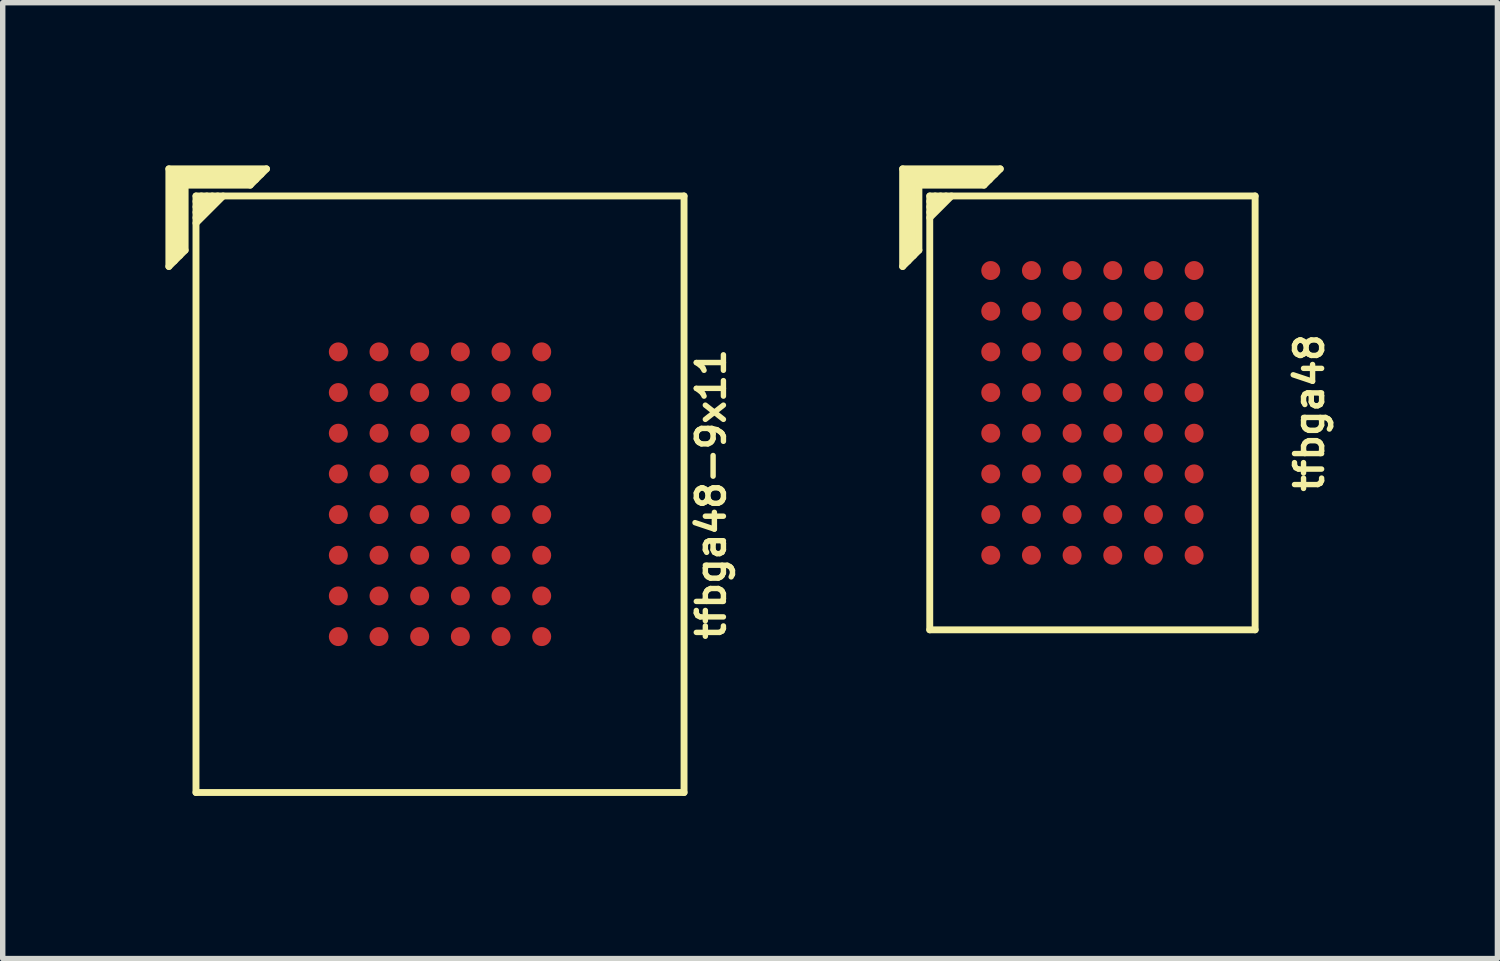
<source format=kicad_pcb>
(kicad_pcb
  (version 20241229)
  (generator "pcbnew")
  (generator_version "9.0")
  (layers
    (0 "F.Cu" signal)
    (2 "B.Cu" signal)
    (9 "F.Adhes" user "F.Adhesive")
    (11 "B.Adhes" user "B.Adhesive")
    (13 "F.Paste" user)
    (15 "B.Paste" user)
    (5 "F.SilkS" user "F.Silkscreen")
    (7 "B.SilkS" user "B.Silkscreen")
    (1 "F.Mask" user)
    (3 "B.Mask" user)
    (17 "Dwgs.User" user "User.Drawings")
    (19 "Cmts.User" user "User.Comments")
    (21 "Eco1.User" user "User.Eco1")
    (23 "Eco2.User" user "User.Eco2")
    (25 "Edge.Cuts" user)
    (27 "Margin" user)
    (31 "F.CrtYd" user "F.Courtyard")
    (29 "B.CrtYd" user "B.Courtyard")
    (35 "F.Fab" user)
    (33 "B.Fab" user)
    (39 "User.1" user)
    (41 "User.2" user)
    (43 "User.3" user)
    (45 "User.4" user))
  (footprint "tfbga48-9x11"
    (layer "F.Cu")
    (at 5.064 6.064)
    (property "Reference" "tfbga48-9x11" (at 5 0 90) (layer "F.SilkS") (effects (font (size 0.5 0.5) (thickness 0.1))))
    (attr smd)
    (fp_line (start -5 -6) (end -5 -4.2) (stroke (width 0.127) (type solid)) (layer "F.SilkS"))
    (fp_line (start -5 -4.2) (end -4.7 -4.5) (stroke (width 0.127) (type solid)) (layer "F.SilkS"))
    (fp_line (start -4.9 -5.9) (end -4.9 -4.3) (stroke (width 0.127) (type solid)) (layer "F.SilkS"))
    (fp_line (start -4.8 -5.8) (end -3.4 -5.8) (stroke (width 0.127) (type solid)) (layer "F.SilkS"))
    (fp_line (start -4.8 -4.4) (end -4.8 -5.8) (stroke (width 0.127) (type solid)) (layer "F.SilkS"))
    (fp_line (start -4.7 -5.7) (end -3.5 -5.7) (stroke (width 0.127) (type solid)) (layer "F.SilkS"))
    (fp_line (start -4.7 -4.5) (end -4.7 -5.7) (stroke (width 0.127) (type solid)) (layer "F.SilkS"))
    (fp_line (start -4.5 -5.5) (end 4.5 -5.5) (stroke (width 0.127) (type solid)) (layer "F.SilkS"))
    (fp_line (start -4.5 -5.4) (end -4.4 -5.5) (stroke (width 0.127) (type solid)) (layer "F.SilkS"))
    (fp_line (start -4.5 -5.1) (end -4.1 -5.5) (stroke (width 0.127) (type solid)) (layer "F.SilkS"))
    (fp_line (start -4.5 5.5) (end -4.5 -5.5) (stroke (width 0.127) (type solid)) (layer "F.SilkS"))
    (fp_line (start -4.3 -5.5) (end -4.5 -5.3) (stroke (width 0.127) (type solid)) (layer "F.SilkS"))
    (fp_line (start -4.2 -5.5) (end -4.5 -5.2) (stroke (width 0.127) (type solid)) (layer "F.SilkS"))
    (fp_line (start -4 -5.5) (end -4.5 -5) (stroke (width 0.127) (type solid)) (layer "F.SilkS"))
    (fp_line (start -3.5 -5.7) (end -3.2 -6) (stroke (width 0.127) (type solid)) (layer "F.SilkS"))
    (fp_line (start -3.3 -5.9) (end -4.9 -5.9) (stroke (width 0.127) (type solid)) (layer "F.SilkS"))
    (fp_line (start -3.2 -6) (end -5 -6) (stroke (width 0.127) (type solid)) (layer "F.SilkS"))
    (fp_line (start 4.5 -5.5) (end 4.5 5.5) (stroke (width 0.127) (type solid)) (layer "F.SilkS"))
    (fp_line (start 4.5 5.5) (end -4.5 5.5) (stroke (width 0.127) (type solid)) (layer "F.SilkS"))
    (pad "A1" smd circle (at -1.875 -2.625) (size 0.35 0.35) (layers "F.Cu" "F.Mask" "F.Paste"))
    (pad "A2" smd circle (at -1.125 -2.625) (size 0.35 0.35) (layers "F.Cu" "F.Mask" "F.Paste"))
    (pad "A3" smd circle (at -0.375 -2.625) (size 0.35 0.35) (layers "F.Cu" "F.Mask" "F.Paste"))
    (pad "A4" smd circle (at 0.375 -2.625) (size 0.35 0.35) (layers "F.Cu" "F.Mask" "F.Paste"))
    (pad "A5" smd circle (at 1.125 -2.625) (size 0.35 0.35) (layers "F.Cu" "F.Mask" "F.Paste"))
    (pad "A6" smd circle (at 1.875 -2.625) (size 0.35 0.35) (layers "F.Cu" "F.Mask" "F.Paste"))
    (pad "B1" smd circle (at -1.875 -1.875) (size 0.35 0.35) (layers "F.Cu" "F.Mask" "F.Paste"))
    (pad "B2" smd circle (at -1.125 -1.875) (size 0.35 0.35) (layers "F.Cu" "F.Mask" "F.Paste"))
    (pad "B3" smd circle (at -0.375 -1.875) (size 0.35 0.35) (layers "F.Cu" "F.Mask" "F.Paste"))
    (pad "B4" smd circle (at 0.375 -1.875) (size 0.35 0.35) (layers "F.Cu" "F.Mask" "F.Paste"))
    (pad "B5" smd circle (at 1.125 -1.875) (size 0.35 0.35) (layers "F.Cu" "F.Mask" "F.Paste"))
    (pad "B6" smd circle (at 1.875 -1.875) (size 0.35 0.35) (layers "F.Cu" "F.Mask" "F.Paste"))
    (pad "C1" smd circle (at -1.875 -1.125) (size 0.35 0.35) (layers "F.Cu" "F.Mask" "F.Paste"))
    (pad "C2" smd circle (at -1.125 -1.125) (size 0.35 0.35) (layers "F.Cu" "F.Mask" "F.Paste"))
    (pad "C3" smd circle (at -0.375 -1.125) (size 0.35 0.35) (layers "F.Cu" "F.Mask" "F.Paste"))
    (pad "C4" smd circle (at 0.375 -1.125) (size 0.35 0.35) (layers "F.Cu" "F.Mask" "F.Paste"))
    (pad "C5" smd circle (at 1.125 -1.125) (size 0.35 0.35) (layers "F.Cu" "F.Mask" "F.Paste"))
    (pad "C6" smd circle (at 1.875 -1.125) (size 0.35 0.35) (layers "F.Cu" "F.Mask" "F.Paste"))
    (pad "D1" smd circle (at -1.875 -0.375) (size 0.35 0.35) (layers "F.Cu" "F.Mask" "F.Paste"))
    (pad "D2" smd circle (at -1.125 -0.375) (size 0.35 0.35) (layers "F.Cu" "F.Mask" "F.Paste"))
    (pad "D3" smd circle (at -0.375 -0.375) (size 0.35 0.35) (layers "F.Cu" "F.Mask" "F.Paste"))
    (pad "D4" smd circle (at 0.375 -0.375) (size 0.35 0.35) (layers "F.Cu" "F.Mask" "F.Paste"))
    (pad "D5" smd circle (at 1.125 -0.375) (size 0.35 0.35) (layers "F.Cu" "F.Mask" "F.Paste"))
    (pad "D6" smd circle (at 1.875 -0.375) (size 0.35 0.35) (layers "F.Cu" "F.Mask" "F.Paste"))
    (pad "E1" smd circle (at -1.875 0.375) (size 0.35 0.35) (layers "F.Cu" "F.Mask" "F.Paste"))
    (pad "E2" smd circle (at -1.125 0.375) (size 0.35 0.35) (layers "F.Cu" "F.Mask" "F.Paste"))
    (pad "E3" smd circle (at -0.375 0.375) (size 0.35 0.35) (layers "F.Cu" "F.Mask" "F.Paste"))
    (pad "E4" smd circle (at 0.375 0.375) (size 0.35 0.35) (layers "F.Cu" "F.Mask" "F.Paste"))
    (pad "E5" smd circle (at 1.125 0.375) (size 0.35 0.35) (layers "F.Cu" "F.Mask" "F.Paste"))
    (pad "E6" smd circle (at 1.875 0.375) (size 0.35 0.35) (layers "F.Cu" "F.Mask" "F.Paste"))
    (pad "F1" smd circle (at -1.875 1.125) (size 0.35 0.35) (layers "F.Cu" "F.Mask" "F.Paste"))
    (pad "F2" smd circle (at -1.125 1.125) (size 0.35 0.35) (layers "F.Cu" "F.Mask" "F.Paste"))
    (pad "F3" smd circle (at -0.375 1.125) (size 0.35 0.35) (layers "F.Cu" "F.Mask" "F.Paste"))
    (pad "F4" smd circle (at 0.375 1.125) (size 0.35 0.35) (layers "F.Cu" "F.Mask" "F.Paste"))
    (pad "F5" smd circle (at 1.125 1.125) (size 0.35 0.35) (layers "F.Cu" "F.Mask" "F.Paste"))
    (pad "F6" smd circle (at 1.875 1.125) (size 0.35 0.35) (layers "F.Cu" "F.Mask" "F.Paste"))
    (pad "G1" smd circle (at -1.875 1.875) (size 0.35 0.35) (layers "F.Cu" "F.Mask" "F.Paste"))
    (pad "G2" smd circle (at -1.125 1.875) (size 0.35 0.35) (layers "F.Cu" "F.Mask" "F.Paste"))
    (pad "G3" smd circle (at -0.375 1.875) (size 0.35 0.35) (layers "F.Cu" "F.Mask" "F.Paste"))
    (pad "G4" smd circle (at 0.375 1.875) (size 0.35 0.35) (layers "F.Cu" "F.Mask" "F.Paste"))
    (pad "G5" smd circle (at 1.125 1.875) (size 0.35 0.35) (layers "F.Cu" "F.Mask" "F.Paste"))
    (pad "G6" smd circle (at 1.875 1.875) (size 0.35 0.35) (layers "F.Cu" "F.Mask" "F.Paste"))
    (pad "H1" smd circle (at -1.875 2.625) (size 0.35 0.35) (layers "F.Cu" "F.Mask" "F.Paste"))
    (pad "H2" smd circle (at -1.125 2.625) (size 0.35 0.35) (layers "F.Cu" "F.Mask" "F.Paste"))
    (pad "H3" smd circle (at -0.375 2.625) (size 0.35 0.35) (layers "F.Cu" "F.Mask" "F.Paste"))
    (pad "H4" smd circle (at 0.375 2.625) (size 0.35 0.35) (layers "F.Cu" "F.Mask" "F.Paste"))
    (pad "H5" smd circle (at 1.125 2.625) (size 0.35 0.35) (layers "F.Cu" "F.Mask" "F.Paste"))
    (pad "H6" smd circle (at 1.875 2.625) (size 0.35 0.35) (layers "F.Cu" "F.Mask" "F.Paste")))
  (footprint "tfbga48"
    (layer "F.Cu")
    (at 17.095 4.564)
    (property "Reference" "tfbga48" (at 4 0 90) (layer "F.SilkS") (effects (font (size 0.5 0.5) (thickness 0.1))))
    (attr smd)
    (fp_line (start -3.5 -4.5) (end -1.7 -4.5) (stroke (width 0.127) (type solid)) (layer "F.SilkS"))
    (fp_line (start -3.5 -2.7) (end -3.5 -4.5) (stroke (width 0.127) (type solid)) (layer "F.SilkS"))
    (fp_line (start -3.4 -4.4) (end -3.4 -2.8) (stroke (width 0.127) (type solid)) (layer "F.SilkS"))
    (fp_line (start -3.3 -4.3) (end -1.9 -4.3) (stroke (width 0.127) (type solid)) (layer "F.SilkS"))
    (fp_line (start -3.3 -2.9) (end -3.3 -4.3) (stroke (width 0.127) (type solid)) (layer "F.SilkS"))
    (fp_line (start -3.2 -4.2) (end -2 -4.2) (stroke (width 0.127) (type solid)) (layer "F.SilkS"))
    (fp_line (start -3.2 -3) (end -3.5 -2.7) (stroke (width 0.127) (type solid)) (layer "F.SilkS"))
    (fp_line (start -3.2 -3) (end -3.2 -4.2) (stroke (width 0.127) (type solid)) (layer "F.SilkS"))
    (fp_line (start -3 -4) (end 3 -4) (stroke (width 0.127) (type solid)) (layer "F.SilkS"))
    (fp_line (start -3 -3.9) (end -2.9 -4) (stroke (width 0.127) (type solid)) (layer "F.SilkS"))
    (fp_line (start -3 -3.6) (end -2.6 -4) (stroke (width 0.127) (type solid)) (layer "F.SilkS"))
    (fp_line (start -3 4) (end -3 -4) (stroke (width 0.127) (type solid)) (layer "F.SilkS"))
    (fp_line (start -2.8 -4) (end -3 -3.8) (stroke (width 0.127) (type solid)) (layer "F.SilkS"))
    (fp_line (start -2.7 -4) (end -3 -3.7) (stroke (width 0.127) (type solid)) (layer "F.SilkS"))
    (fp_line (start -1.8 -4.4) (end -3.4 -4.4) (stroke (width 0.127) (type solid)) (layer "F.SilkS"))
    (fp_line (start -1.7 -4.5) (end -2 -4.2) (stroke (width 0.127) (type solid)) (layer "F.SilkS"))
    (fp_line (start 3 -4) (end 3 4) (stroke (width 0.127) (type solid)) (layer "F.SilkS"))
    (fp_line (start 3 4) (end -3 4) (stroke (width 0.127) (type solid)) (layer "F.SilkS"))
    (pad "A1" smd circle (at -1.875 -2.625) (size 0.35 0.35) (layers "F.Cu" "F.Mask" "F.Paste"))
    (pad "A2" smd circle (at -1.125 -2.625) (size 0.35 0.35) (layers "F.Cu" "F.Mask" "F.Paste"))
    (pad "A3" smd circle (at -0.375 -2.625) (size 0.35 0.35) (layers "F.Cu" "F.Mask" "F.Paste"))
    (pad "A4" smd circle (at 0.375 -2.625) (size 0.35 0.35) (layers "F.Cu" "F.Mask" "F.Paste"))
    (pad "A5" smd circle (at 1.125 -2.625) (size 0.35 0.35) (layers "F.Cu" "F.Mask" "F.Paste"))
    (pad "A6" smd circle (at 1.875 -2.625) (size 0.35 0.35) (layers "F.Cu" "F.Mask" "F.Paste"))
    (pad "B1" smd circle (at -1.875 -1.875) (size 0.35 0.35) (layers "F.Cu" "F.Mask" "F.Paste"))
    (pad "B2" smd circle (at -1.125 -1.875) (size 0.35 0.35) (layers "F.Cu" "F.Mask" "F.Paste"))
    (pad "B3" smd circle (at -0.375 -1.875) (size 0.35 0.35) (layers "F.Cu" "F.Mask" "F.Paste"))
    (pad "B4" smd circle (at 0.375 -1.875) (size 0.35 0.35) (layers "F.Cu" "F.Mask" "F.Paste"))
    (pad "B5" smd circle (at 1.125 -1.875) (size 0.35 0.35) (layers "F.Cu" "F.Mask" "F.Paste"))
    (pad "B6" smd circle (at 1.875 -1.875) (size 0.35 0.35) (layers "F.Cu" "F.Mask" "F.Paste"))
    (pad "C1" smd circle (at -1.875 -1.125) (size 0.35 0.35) (layers "F.Cu" "F.Mask" "F.Paste"))
    (pad "C2" smd circle (at -1.125 -1.125) (size 0.35 0.35) (layers "F.Cu" "F.Mask" "F.Paste"))
    (pad "C3" smd circle (at -0.375 -1.125) (size 0.35 0.35) (layers "F.Cu" "F.Mask" "F.Paste"))
    (pad "C4" smd circle (at 0.375 -1.125) (size 0.35 0.35) (layers "F.Cu" "F.Mask" "F.Paste"))
    (pad "C5" smd circle (at 1.125 -1.125) (size 0.35 0.35) (layers "F.Cu" "F.Mask" "F.Paste"))
    (pad "C6" smd circle (at 1.875 -1.125) (size 0.35 0.35) (layers "F.Cu" "F.Mask" "F.Paste"))
    (pad "D1" smd circle (at -1.875 -0.375) (size 0.35 0.35) (layers "F.Cu" "F.Mask" "F.Paste"))
    (pad "D2" smd circle (at -1.125 -0.375) (size 0.35 0.35) (layers "F.Cu" "F.Mask" "F.Paste"))
    (pad "D3" smd circle (at -0.375 -0.375) (size 0.35 0.35) (layers "F.Cu" "F.Mask" "F.Paste"))
    (pad "D4" smd circle (at 0.375 -0.375) (size 0.35 0.35) (layers "F.Cu" "F.Mask" "F.Paste"))
    (pad "D5" smd circle (at 1.125 -0.375) (size 0.35 0.35) (layers "F.Cu" "F.Mask" "F.Paste"))
    (pad "D6" smd circle (at 1.875 -0.375) (size 0.35 0.35) (layers "F.Cu" "F.Mask" "F.Paste"))
    (pad "E1" smd circle (at -1.875 0.375) (size 0.35 0.35) (layers "F.Cu" "F.Mask" "F.Paste"))
    (pad "E2" smd circle (at -1.125 0.375) (size 0.35 0.35) (layers "F.Cu" "F.Mask" "F.Paste"))
    (pad "E3" smd circle (at -0.375 0.375) (size 0.35 0.35) (layers "F.Cu" "F.Mask" "F.Paste"))
    (pad "E4" smd circle (at 0.375 0.375) (size 0.35 0.35) (layers "F.Cu" "F.Mask" "F.Paste"))
    (pad "E5" smd circle (at 1.125 0.375) (size 0.35 0.35) (layers "F.Cu" "F.Mask" "F.Paste"))
    (pad "E6" smd circle (at 1.875 0.375) (size 0.35 0.35) (layers "F.Cu" "F.Mask" "F.Paste"))
    (pad "F1" smd circle (at -1.875 1.125) (size 0.35 0.35) (layers "F.Cu" "F.Mask" "F.Paste"))
    (pad "F2" smd circle (at -1.125 1.125) (size 0.35 0.35) (layers "F.Cu" "F.Mask" "F.Paste"))
    (pad "F3" smd circle (at -0.375 1.125) (size 0.35 0.35) (layers "F.Cu" "F.Mask" "F.Paste"))
    (pad "F4" smd circle (at 0.375 1.125) (size 0.35 0.35) (layers "F.Cu" "F.Mask" "F.Paste"))
    (pad "F5" smd circle (at 1.125 1.125) (size 0.35 0.35) (layers "F.Cu" "F.Mask" "F.Paste"))
    (pad "F6" smd circle (at 1.875 1.125) (size 0.35 0.35) (layers "F.Cu" "F.Mask" "F.Paste"))
    (pad "G1" smd circle (at -1.875 1.875) (size 0.35 0.35) (layers "F.Cu" "F.Mask" "F.Paste"))
    (pad "G2" smd circle (at -1.125 1.875) (size 0.35 0.35) (layers "F.Cu" "F.Mask" "F.Paste"))
    (pad "G3" smd circle (at -0.375 1.875) (size 0.35 0.35) (layers "F.Cu" "F.Mask" "F.Paste"))
    (pad "G4" smd circle (at 0.375 1.875) (size 0.35 0.35) (layers "F.Cu" "F.Mask" "F.Paste"))
    (pad "G5" smd circle (at 1.125 1.875) (size 0.35 0.35) (layers "F.Cu" "F.Mask" "F.Paste"))
    (pad "G6" smd circle (at 1.875 1.875) (size 0.35 0.35) (layers "F.Cu" "F.Mask" "F.Paste"))
    (pad "H1" smd circle (at -1.875 2.625) (size 0.35 0.35) (layers "F.Cu" "F.Mask" "F.Paste"))
    (pad "H2" smd circle (at -1.125 2.625) (size 0.35 0.35) (layers "F.Cu" "F.Mask" "F.Paste"))
    (pad "H3" smd circle (at -0.375 2.625) (size 0.35 0.35) (layers "F.Cu" "F.Mask" "F.Paste"))
    (pad "H4" smd circle (at 0.375 2.625) (size 0.35 0.35) (layers "F.Cu" "F.Mask" "F.Paste"))
    (pad "H5" smd circle (at 1.125 2.625) (size 0.35 0.35) (layers "F.Cu" "F.Mask" "F.Paste"))
    (pad "H6" smd circle (at 1.875 2.625) (size 0.35 0.35) (layers "F.Cu" "F.Mask" "F.Paste")))
  (gr_rect
    (start -3 -3)
    (end 24.563 14.627)
    (stroke (width 0.1) (type default))
    (fill no)
    (layer "Edge.Cuts")))
</source>
